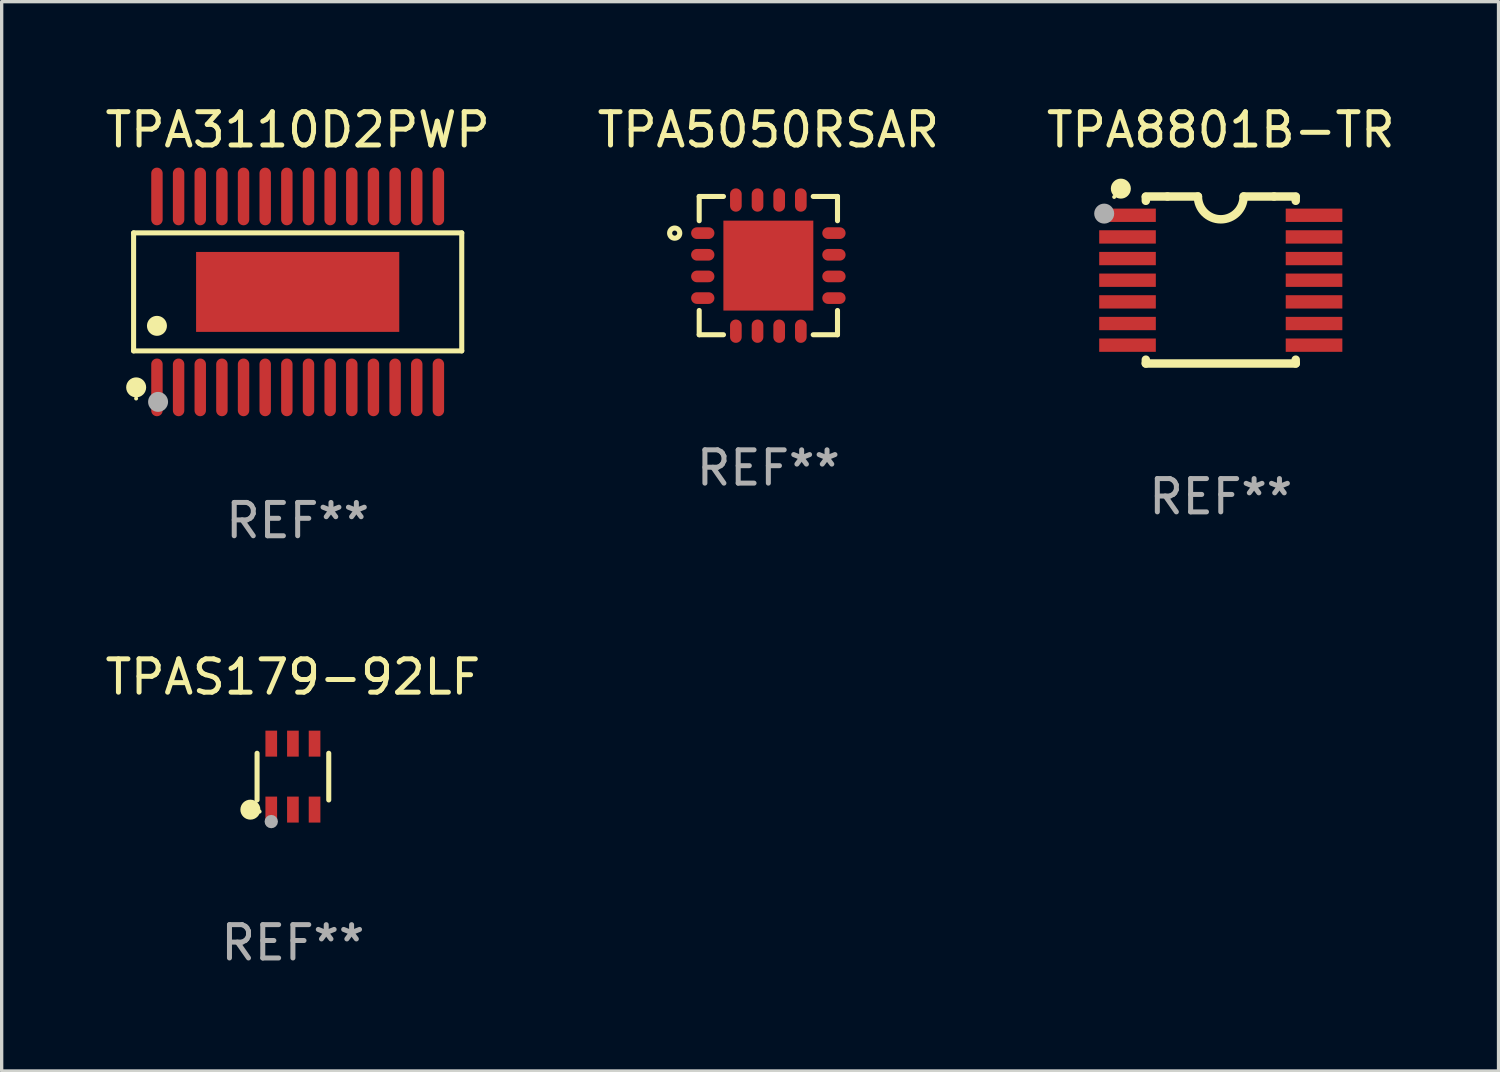
<source format=kicad_pcb>
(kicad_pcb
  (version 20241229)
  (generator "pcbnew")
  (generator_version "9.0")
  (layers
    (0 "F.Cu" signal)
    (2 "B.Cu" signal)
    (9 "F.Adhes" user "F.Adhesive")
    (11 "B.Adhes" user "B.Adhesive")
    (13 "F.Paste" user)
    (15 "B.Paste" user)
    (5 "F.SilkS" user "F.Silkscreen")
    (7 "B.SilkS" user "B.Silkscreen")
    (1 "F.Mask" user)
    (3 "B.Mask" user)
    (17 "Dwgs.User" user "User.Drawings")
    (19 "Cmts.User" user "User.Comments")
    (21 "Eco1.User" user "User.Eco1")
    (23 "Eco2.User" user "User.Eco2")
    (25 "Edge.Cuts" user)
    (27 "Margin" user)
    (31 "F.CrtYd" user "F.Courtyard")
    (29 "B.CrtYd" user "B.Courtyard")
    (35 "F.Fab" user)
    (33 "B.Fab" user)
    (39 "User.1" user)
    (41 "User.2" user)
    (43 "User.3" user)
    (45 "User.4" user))
  (footprint "TPA8801B-TR"
    (layer "F.Cu")
    (at 33.601 5.356)
    (property "Reference" "TPA8801B-TR" (at 0 -4.507 0) (layer "F.SilkS") (effects (font (size 1 1) (thickness 0.15))))
    (attr through_hole)
    (fp_line (start -2.25 -2.377) (end -2.25 -2.493) (stroke (width 0.254) (type solid)) (layer "F.SilkS"))
    (fp_line (start -2.25 2.507) (end -2.25 2.392) (stroke (width 0.254) (type solid)) (layer "F.SilkS"))
    (fp_line (start -1.6 -2.507) (end -2.25 -2.507) (stroke (width 0.254) (type solid)) (layer "F.SilkS"))
    (fp_line (start -1.6 -2.507) (end -0.686 -2.507) (stroke (width 0.254) (type solid)) (layer "F.SilkS"))
    (fp_line (start 0.686 -2.507) (end 1.6 -2.507) (stroke (width 0.254) (type solid)) (layer "F.SilkS"))
    (fp_line (start 1.6 -2.507) (end 2.25 -2.507) (stroke (width 0.254) (type solid)) (layer "F.SilkS"))
    (fp_line (start 2.25 -2.493) (end 2.25 -2.377) (stroke (width 0.254) (type solid)) (layer "F.SilkS"))
    (fp_line (start 2.25 2.392) (end 2.25 2.507) (stroke (width 0.254) (type solid)) (layer "F.SilkS"))
    (fp_line (start 2.25 2.507) (end -2.25 2.507) (stroke (width 0.254) (type solid)) (layer "F.SilkS"))
    (fp_arc (start 0.685852 -2.507303) (mid 0.000051 -1.821502) (end -0.68575 -2.507303) (stroke (width 0.254001) (type solid)) (layer "F.SilkS"))
    (fp_circle (center -3.2 -2.493) (end -3.17 -2.493) (stroke (width 0.06) (type solid)) (fill no) (layer "F.SilkS"))
    (fp_circle (center -3 -2.743) (end -2.85 -2.743) (stroke (width 0.3) (type solid)) (fill no) (layer "F.SilkS"))
    (fp_circle (center -3.5 -1.993) (end -3.35 -1.993) (stroke (width 0.3) (type solid)) (fill no) (layer "F.Fab"))
    (fp_text user "REF**" (at 0 6.507 0) (layer "F.Fab") (effects (font (size 1 1) (thickness 0.15))))
    (pad "1" smd rect (at -2.8 -1.943) (size 1.7 0.4) (layers "F.Cu" "F.Mask" "F.Paste"))
    (pad "2" smd rect (at -2.8 -1.293) (size 1.7 0.4) (layers "F.Cu" "F.Mask" "F.Paste"))
    (pad "3" smd rect (at -2.8 -0.643) (size 1.7 0.4) (layers "F.Cu" "F.Mask" "F.Paste"))
    (pad "4" smd rect (at -2.8 0.007) (size 1.7 0.4) (layers "F.Cu" "F.Mask" "F.Paste"))
    (pad "5" smd rect (at -2.8 0.657) (size 1.7 0.4) (layers "F.Cu" "F.Mask" "F.Paste"))
    (pad "6" smd rect (at -2.8 1.307) (size 1.7 0.4) (layers "F.Cu" "F.Mask" "F.Paste"))
    (pad "7" smd rect (at -2.8 1.957) (size 1.7 0.4) (layers "F.Cu" "F.Mask" "F.Paste"))
    (pad "8" smd rect (at 2.8 1.957) (size 1.7 0.4) (layers "F.Cu" "F.Mask" "F.Paste"))
    (pad "9" smd rect (at 2.8 1.307) (size 1.7 0.4) (layers "F.Cu" "F.Mask" "F.Paste"))
    (pad "10" smd rect (at 2.8 0.657) (size 1.7 0.4) (layers "F.Cu" "F.Mask" "F.Paste"))
    (pad "11" smd rect (at 2.8 0.007) (size 1.7 0.4) (layers "F.Cu" "F.Mask" "F.Paste"))
    (pad "12" smd rect (at 2.8 -0.643) (size 1.7 0.4) (layers "F.Cu" "F.Mask" "F.Paste"))
    (pad "13" smd rect (at 2.8 -1.293) (size 1.7 0.4) (layers "F.Cu" "F.Mask" "F.Paste"))
    (pad "14" smd rect (at 2.8 -1.943) (size 1.7 0.4) (layers "F.Cu" "F.Mask" "F.Paste")))
  (footprint "TPA5050RSAR"
    (layer "F.Cu")
    (at 20.018 4.924)
    (property "Reference" "TPA5050RSAR" (at 0 -4.076 0) (layer "F.SilkS") (effects (font (size 1 1) (thickness 0.15))))
    (attr through_hole)
    (fp_line (start -2.076 -2.076) (end -2.076 -1.347) (stroke (width 0.152) (type solid)) (layer "F.SilkS"))
    (fp_line (start -2.076 2.076) (end -2.076 1.347) (stroke (width 0.152) (type solid)) (layer "F.SilkS"))
    (fp_line (start -1.347 -2.076) (end -2.076 -2.076) (stroke (width 0.152) (type solid)) (layer "F.SilkS"))
    (fp_line (start -1.347 2.076) (end -2.076 2.076) (stroke (width 0.152) (type solid)) (layer "F.SilkS"))
    (fp_line (start 1.347 -2.076) (end 2.076 -2.076) (stroke (width 0.152) (type solid)) (layer "F.SilkS"))
    (fp_line (start 1.347 2.076) (end 2.076 2.076) (stroke (width 0.152) (type solid)) (layer "F.SilkS"))
    (fp_line (start 2.076 -2.076) (end 2.076 -1.347) (stroke (width 0.152) (type solid)) (layer "F.SilkS"))
    (fp_line (start 2.076 2.076) (end 2.076 1.347) (stroke (width 0.152) (type solid)) (layer "F.SilkS"))
    (fp_circle (center -2.812 -0.975) (end -2.736 -0.975) (stroke (width 0.153) (type solid)) (fill no) (layer "F.SilkS"))
    (fp_text user "REF**" (at 0 6.076 0) (layer "F.Fab") (effects (font (size 1 1) (thickness 0.15))))
    (pad "1" smd oval (at -1.969 -0.975 270) (size 0.35 0.7) (layers "F.Cu" "F.Mask" "F.Paste"))
    (pad "2" smd oval (at -1.969 -0.325 270) (size 0.35 0.7) (layers "F.Cu" "F.Mask" "F.Paste"))
    (pad "3" smd oval (at -1.969 0.325 270) (size 0.35 0.7) (layers "F.Cu" "F.Mask" "F.Paste"))
    (pad "4" smd oval (at -1.969 0.975 270) (size 0.35 0.7) (layers "F.Cu" "F.Mask" "F.Paste"))
    (pad "5" smd oval (at -0.975 1.969 270) (size 0.7 0.35) (layers "F.Cu" "F.Mask" "F.Paste"))
    (pad "6" smd oval (at -0.325 1.969 270) (size 0.7 0.35) (layers "F.Cu" "F.Mask" "F.Paste"))
    (pad "7" smd oval (at 0.325 1.969 270) (size 0.7 0.35) (layers "F.Cu" "F.Mask" "F.Paste"))
    (pad "8" smd oval (at 0.975 1.969 270) (size 0.7 0.35) (layers "F.Cu" "F.Mask" "F.Paste"))
    (pad "9" smd oval (at 1.969 0.975 270) (size 0.35 0.7) (layers "F.Cu" "F.Mask" "F.Paste"))
    (pad "10" smd oval (at 1.969 0.325 270) (size 0.35 0.7) (layers "F.Cu" "F.Mask" "F.Paste"))
    (pad "11" smd oval (at 1.969 -0.325 270) (size 0.35 0.7) (layers "F.Cu" "F.Mask" "F.Paste"))
    (pad "12" smd oval (at 1.969 -0.975 270) (size 0.35 0.7) (layers "F.Cu" "F.Mask" "F.Paste"))
    (pad "13" smd oval (at 0.975 -1.969 270) (size 0.7 0.35) (layers "F.Cu" "F.Mask" "F.Paste"))
    (pad "14" smd oval (at 0.325 -1.969 270) (size 0.7 0.35) (layers "F.Cu" "F.Mask" "F.Paste"))
    (pad "15" smd oval (at -0.325 -1.969 270) (size 0.7 0.35) (layers "F.Cu" "F.Mask" "F.Paste"))
    (pad "16" smd oval (at -0.975 -1.969 270) (size 0.7 0.35) (layers "F.Cu" "F.Mask" "F.Paste"))
    (pad "17" smd rect (at 0 0) (size 2.7 2.7) (layers "F.Cu" "F.Mask" "F.Paste")))
  (footprint "TPA3110D2PWP"
    (layer "F.Cu")
    (at 5.887 5.714)
    (property "Reference" "TPA3110D2PWP" (at 0 -4.866 0) (layer "F.SilkS") (effects (font (size 1 1) (thickness 0.15))))
    (attr through_hole)
    (fp_line (start -4.926 -1.772) (end 4.926 -1.772) (stroke (width 0.152) (type solid)) (layer "F.SilkS"))
    (fp_line (start -4.926 1.771) (end -4.926 -1.772) (stroke (width 0.152) (type solid)) (layer "F.SilkS"))
    (fp_line (start 4.926 -1.772) (end 4.926 1.771) (stroke (width 0.152) (type solid)) (layer "F.SilkS"))
    (fp_line (start 4.926 1.771) (end -4.926 1.771) (stroke (width 0.152) (type solid)) (layer "F.SilkS"))
    (fp_circle (center -4.85 3.2) (end -4.82 3.2) (stroke (width 0.06) (type solid)) (fill no) (layer "F.SilkS"))
    (fp_circle (center -4.849 2.866) (end -4.699 2.866) (stroke (width 0.3) (type solid)) (fill no) (layer "F.SilkS"))
    (fp_circle (center -4.225 1.019) (end -4.075 1.019) (stroke (width 0.3) (type solid)) (fill no) (layer "F.SilkS"))
    (fp_circle (center -4.191 3.302) (end -4.041 3.302) (stroke (width 0.3) (type solid)) (fill no) (layer "F.Fab"))
    (fp_text user "REF**" (at 0 6.866 0) (layer "F.Fab") (effects (font (size 1 1) (thickness 0.15))))
    (pad "1" smd oval (at -4.225 2.866) (size 0.343 1.731) (layers "F.Cu" "F.Mask" "F.Paste"))
    (pad "2" smd oval (at -3.575 2.866) (size 0.343 1.731) (layers "F.Cu" "F.Mask" "F.Paste"))
    (pad "3" smd oval (at -2.925 2.866) (size 0.343 1.731) (layers "F.Cu" "F.Mask" "F.Paste"))
    (pad "4" smd oval (at -2.275 2.866) (size 0.343 1.731) (layers "F.Cu" "F.Mask" "F.Paste"))
    (pad "5" smd oval (at -1.625 2.866) (size 0.343 1.731) (layers "F.Cu" "F.Mask" "F.Paste"))
    (pad "6" smd oval (at -0.975 2.866) (size 0.343 1.731) (layers "F.Cu" "F.Mask" "F.Paste"))
    (pad "7" smd oval (at -0.325 2.866) (size 0.343 1.731) (layers "F.Cu" "F.Mask" "F.Paste"))
    (pad "8" smd oval (at 0.325 2.866) (size 0.343 1.731) (layers "F.Cu" "F.Mask" "F.Paste"))
    (pad "9" smd oval (at 0.975 2.866) (size 0.343 1.731) (layers "F.Cu" "F.Mask" "F.Paste"))
    (pad "10" smd oval (at 1.625 2.866) (size 0.343 1.731) (layers "F.Cu" "F.Mask" "F.Paste"))
    (pad "11" smd oval (at 2.275 2.866) (size 0.343 1.731) (layers "F.Cu" "F.Mask" "F.Paste"))
    (pad "12" smd oval (at 2.925 2.866) (size 0.343 1.731) (layers "F.Cu" "F.Mask" "F.Paste"))
    (pad "13" smd oval (at 3.575 2.866) (size 0.343 1.731) (layers "F.Cu" "F.Mask" "F.Paste"))
    (pad "14" smd oval (at 4.225 2.866) (size 0.343 1.731) (layers "F.Cu" "F.Mask" "F.Paste"))
    (pad "15" smd oval (at 4.225 -2.866) (size 0.343 1.731) (layers "F.Cu" "F.Mask" "F.Paste"))
    (pad "16" smd oval (at 3.575 -2.866) (size 0.343 1.731) (layers "F.Cu" "F.Mask" "F.Paste"))
    (pad "17" smd oval (at 2.925 -2.866) (size 0.343 1.731) (layers "F.Cu" "F.Mask" "F.Paste"))
    (pad "18" smd oval (at 2.275 -2.866) (size 0.343 1.731) (layers "F.Cu" "F.Mask" "F.Paste"))
    (pad "19" smd oval (at 1.625 -2.866) (size 0.343 1.731) (layers "F.Cu" "F.Mask" "F.Paste"))
    (pad "20" smd oval (at 0.975 -2.866) (size 0.343 1.731) (layers "F.Cu" "F.Mask" "F.Paste"))
    (pad "21" smd oval (at 0.325 -2.866) (size 0.343 1.731) (layers "F.Cu" "F.Mask" "F.Paste"))
    (pad "22" smd oval (at -0.325 -2.866) (size 0.343 1.731) (layers "F.Cu" "F.Mask" "F.Paste"))
    (pad "23" smd oval (at -0.975 -2.866) (size 0.343 1.731) (layers "F.Cu" "F.Mask" "F.Paste"))
    (pad "24" smd oval (at -1.625 -2.866) (size 0.343 1.731) (layers "F.Cu" "F.Mask" "F.Paste"))
    (pad "25" smd oval (at -2.275 -2.866) (size 0.343 1.731) (layers "F.Cu" "F.Mask" "F.Paste"))
    (pad "26" smd oval (at -2.925 -2.866) (size 0.343 1.731) (layers "F.Cu" "F.Mask" "F.Paste"))
    (pad "27" smd oval (at -3.575 -2.866) (size 0.343 1.731) (layers "F.Cu" "F.Mask" "F.Paste"))
    (pad "28" smd oval (at -4.225 -2.866) (size 0.343 1.731) (layers "F.Cu" "F.Mask" "F.Paste"))
    (pad "29" smd rect (at 0 0.000127) (size 6.1 2.4) (layers "F.Cu" "F.Mask" "F.Paste")))
  (footprint "TPAS179-92LF"
    (layer "F.Cu")
    (at 5.744 20.266)
    (property "Reference" "TPAS179-92LF" (at 0 -2.99 0) (layer "F.SilkS") (effects (font (size 1 1) (thickness 0.15))))
    (attr through_hole)
    (fp_line (start -1.076 0.701) (end -1.076 -0.701) (stroke (width 0.152) (type solid)) (layer "F.SilkS"))
    (fp_line (start 1.076 0.701) (end 1.076 -0.701) (stroke (width 0.152) (type solid)) (layer "F.SilkS"))
    (fp_circle (center -1.277 0.992) (end -1.127 0.992) (stroke (width 0.3) (type solid)) (fill no) (layer "F.SilkS"))
    (fp_circle (center -1 1.05) (end -0.97 1.05) (stroke (width 0.06) (type solid)) (fill no) (layer "F.SilkS"))
    (fp_circle (center -0.65 1.35) (end -0.55 1.35) (stroke (width 0.2) (type solid)) (fill no) (layer "F.Fab"))
    (fp_text user "REF**" (at 0 4.99 0) (layer "F.Fab") (effects (font (size 1 1) (thickness 0.15))))
    (pad "1" smd rect (at -0.65 0.99) (size 0.35 0.78) (layers "F.Cu" "F.Mask" "F.Paste"))
    (pad "2" smd rect (at 0 0.99) (size 0.35 0.78) (layers "F.Cu" "F.Mask" "F.Paste"))
    (pad "3" smd rect (at 0.65 0.99) (size 0.35 0.78) (layers "F.Cu" "F.Mask" "F.Paste"))
    (pad "4" smd rect (at 0.65 -0.99) (size 0.35 0.78) (layers "F.Cu" "F.Mask" "F.Paste"))
    (pad "5" smd rect (at 0 -0.99) (size 0.35 0.78) (layers "F.Cu" "F.Mask" "F.Paste"))
    (pad "6" smd rect (at -0.65 -0.99) (size 0.35 0.78) (layers "F.Cu" "F.Mask" "F.Paste")))
  (gr_rect
    (start -3 -3)
    (end 41.94 29.105)
    (stroke (width 0.1) (type default))
    (fill no)
    (layer "Edge.Cuts")))
</source>
